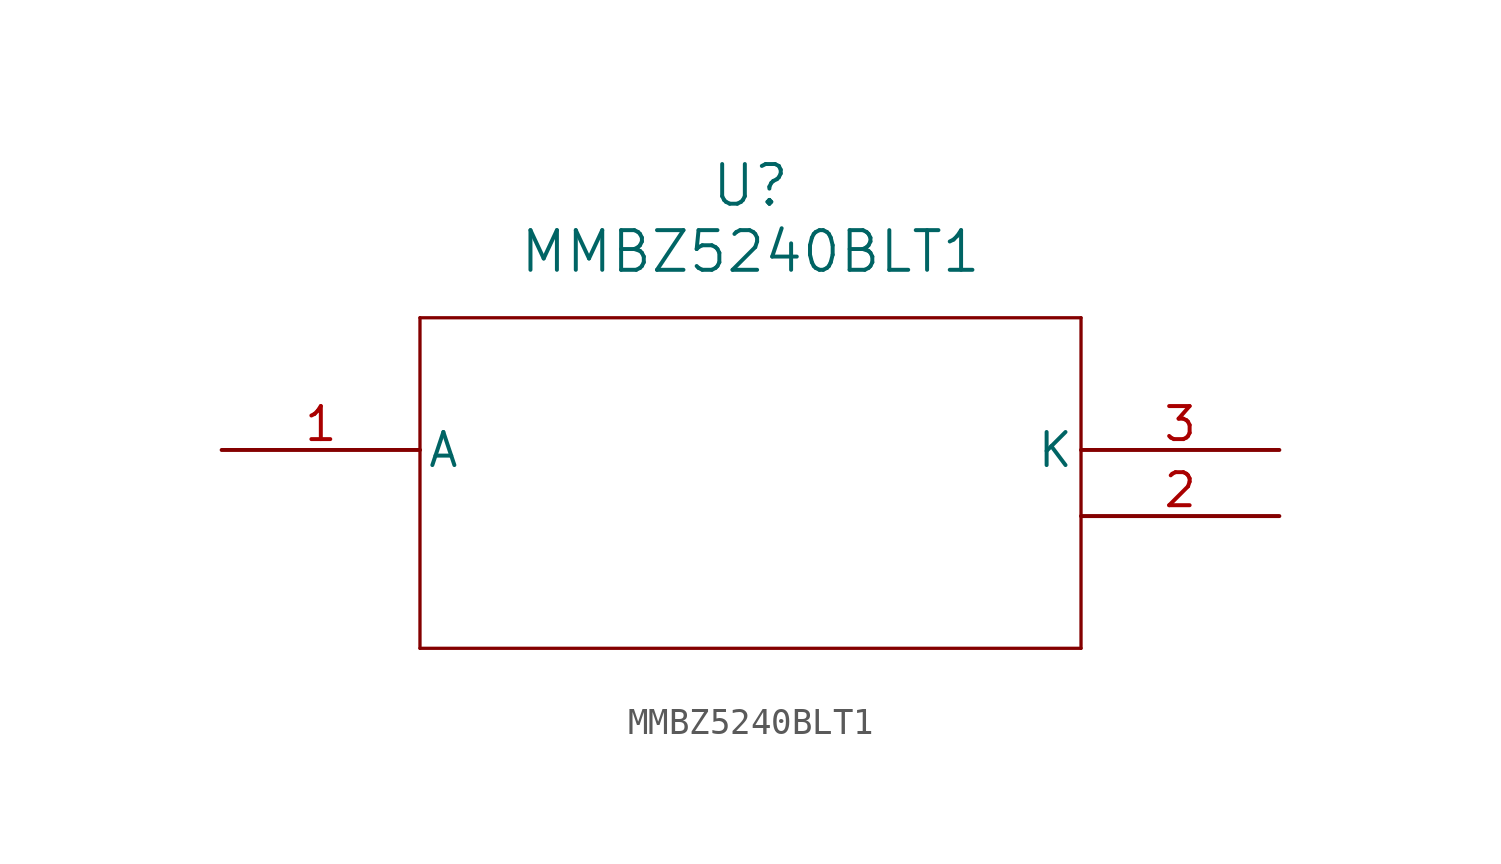
<source format=kicad_sym>
(kicad_symbol_lib
  (version 20211014)
  (generator kicad_symbol_editor)
  (symbol "MMBZ5240BLT1"
    (pin_names
      (offset 0.254))
    (property "Reference" "U"
      (at 20.32 10.16 0)
      (effects (font (size 1.524 1.524))))
    (property "Value" "MMBZ5240BLT1"
      (at 20.32 7.62 0)
      (effects (font (size 1.524 1.524))))
    (symbol "MMBZ5240BLT1_0_1"
      (polyline (pts (xy 7.62 5.08) (xy 7.62 -7.62)) (stroke (width 0.127) (type default) (color 0 0 0 0)) (fill (type none)))
      (polyline (pts (xy 7.62 -7.62) (xy 33.02 -7.62)) (stroke (width 0.127) (type default) (color 0 0 0 0)) (fill (type none)))
      (polyline (pts (xy 33.02 -7.62) (xy 33.02 5.08)) (stroke (width 0.127) (type default) (color 0 0 0 0)) (fill (type none)))
      (polyline (pts (xy 33.02 5.08) (xy 7.62 5.08)) (stroke (width 0.127) (type default) (color 0 0 0 0)) (fill (type none)))
      (pin unspecified line (at 0 0 0) (length 7.62) (name "A" (effects (font (size 1.27 1.27)))) (number "1" (effects (font (size 1.27 1.27)))))
      (pin unspecified line (at 40.64 -2.54 180) (length 7.62) (name "" (effects (font (size 1.27 1.27)))) (number "2" (effects (font (size 1.27 1.27)))))
      (pin unspecified line (at 40.64 0 180) (length 7.62) (name "K" (effects (font (size 1.27 1.27)))) (number "3" (effects (font (size 1.27 1.27))))))))
</source>
